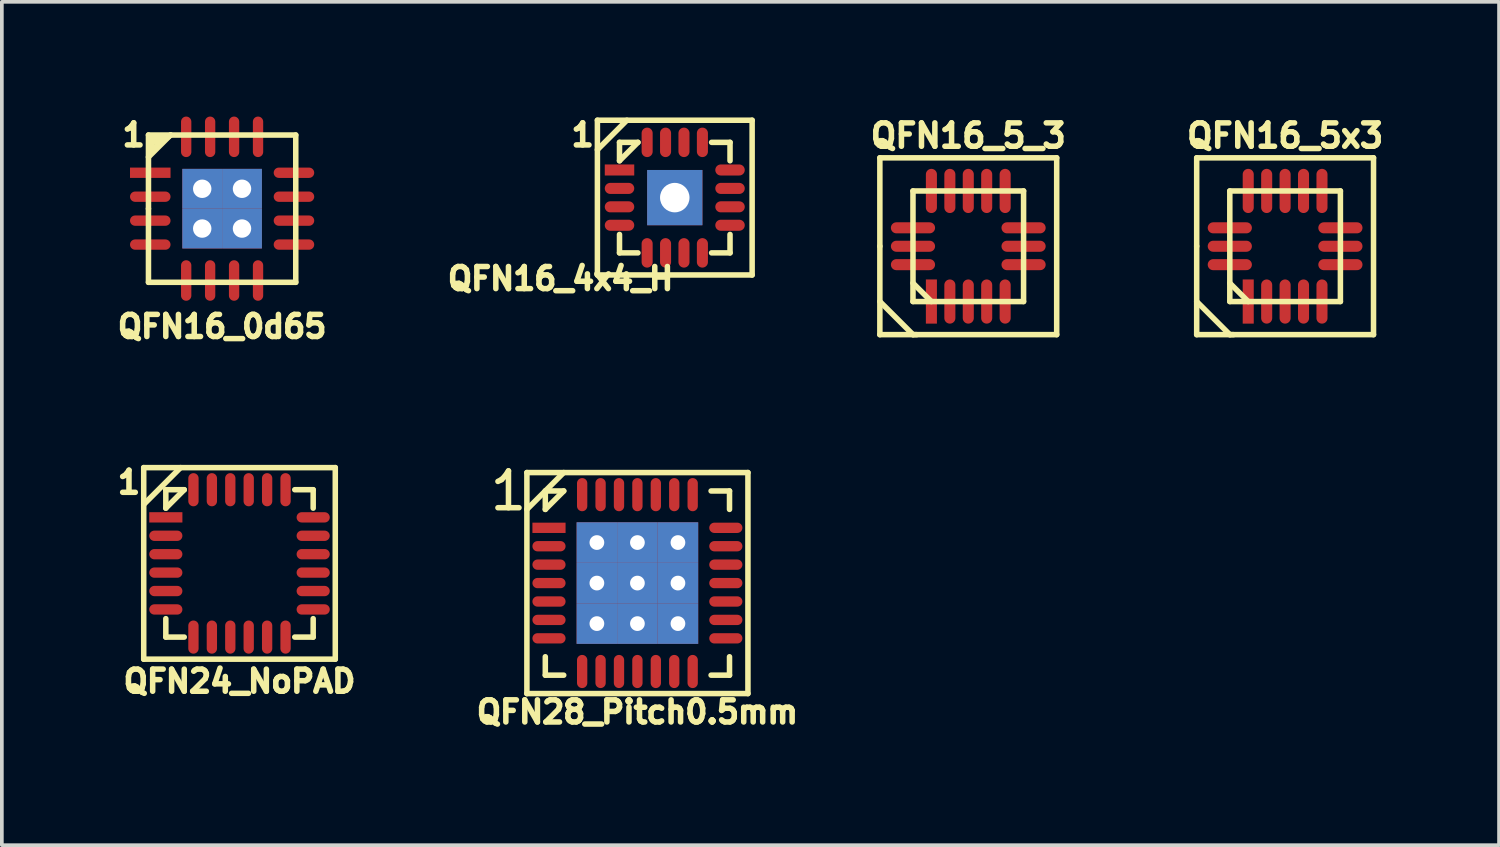
<source format=kicad_pcb>
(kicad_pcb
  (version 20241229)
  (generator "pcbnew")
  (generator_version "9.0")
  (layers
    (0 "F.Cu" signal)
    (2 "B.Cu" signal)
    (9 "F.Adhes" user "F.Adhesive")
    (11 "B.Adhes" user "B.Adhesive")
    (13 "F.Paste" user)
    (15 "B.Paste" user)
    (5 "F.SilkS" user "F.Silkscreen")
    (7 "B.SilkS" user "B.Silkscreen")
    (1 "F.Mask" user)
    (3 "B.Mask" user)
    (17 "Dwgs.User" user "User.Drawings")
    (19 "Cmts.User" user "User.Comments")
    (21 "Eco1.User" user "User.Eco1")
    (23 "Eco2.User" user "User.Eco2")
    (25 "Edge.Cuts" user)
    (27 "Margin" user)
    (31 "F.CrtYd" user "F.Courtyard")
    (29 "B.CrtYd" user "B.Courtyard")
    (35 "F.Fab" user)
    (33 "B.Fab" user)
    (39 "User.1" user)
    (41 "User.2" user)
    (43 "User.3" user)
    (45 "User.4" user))
  (footprint "QFN16_5_3"
    (layer "F.Cu")
    (at 23.233 3.634)
    (property "Reference" "QFN16_5_3" (at 0 -3 0) (layer "F.SilkS") (effects (font (size 0.635 0.635) (thickness 0.15))))
    (attr through_hole)
    (fp_line (start -2.4 -2.4) (end 2.4 -2.4) (stroke (width 0.15) (type solid)) (layer "F.SilkS"))
    (fp_line (start -2.4 0) (end -2.4 -2.4) (stroke (width 0.15) (type solid)) (layer "F.SilkS"))
    (fp_line (start -2.4 1.5) (end -1.5 2.4) (stroke (width 0.15) (type solid)) (layer "F.SilkS"))
    (fp_line (start -2.4 2.4) (end -2.4 0) (stroke (width 0.15) (type solid)) (layer "F.SilkS"))
    (fp_line (start -1.501 -1.501) (end 1.501 -1.501) (stroke (width 0.15) (type solid)) (layer "F.SilkS"))
    (fp_line (start -1.501 1.001) (end -1.001 1.501) (stroke (width 0.15) (type solid)) (layer "F.SilkS"))
    (fp_line (start -1.501 1.501) (end -1.501 -1.501) (stroke (width 0.15) (type solid)) (layer "F.SilkS"))
    (fp_line (start -1.5 2.4) (end -1.4 2.4) (stroke (width 0.15) (type solid)) (layer "F.SilkS"))
    (fp_line (start 1.501 -1.501) (end 1.501 1.501) (stroke (width 0.15) (type solid)) (layer "F.SilkS"))
    (fp_line (start 1.501 1.501) (end -1.501 1.501) (stroke (width 0.15) (type solid)) (layer "F.SilkS"))
    (fp_line (start 2.4 -2.4) (end 2.4 2.4) (stroke (width 0.15) (type solid)) (layer "F.SilkS"))
    (fp_line (start 2.4 2.4) (end -2.4 2.4) (stroke (width 0.15) (type solid)) (layer "F.SilkS"))
    (pad "1" smd rect (at -1.001 1.501 90) (size 1.199 0.3) (layers "F.Cu" "F.Mask" "F.Paste"))
    (pad "2" smd oval (at -0.5 1.501 90) (size 1.199 0.3) (layers "F.Cu" "F.Mask" "F.Paste"))
    (pad "3" smd oval (at 0 1.501 90) (size 1.199 0.3) (layers "F.Cu" "F.Mask" "F.Paste"))
    (pad "4" smd oval (at 0.5 1.501 90) (size 1.199 0.3) (layers "F.Cu" "F.Mask" "F.Paste"))
    (pad "5" smd oval (at 1.001 1.501 90) (size 1.199 0.3) (layers "F.Cu" "F.Mask" "F.Paste"))
    (pad "6" smd oval (at 1.501 0.5) (size 1.199 0.3) (layers "F.Cu" "F.Mask" "F.Paste"))
    (pad "7" smd oval (at 1.501 0) (size 1.199 0.3) (layers "F.Cu" "F.Mask" "F.Paste"))
    (pad "8" smd oval (at 1.501 -0.5) (size 1.199 0.3) (layers "F.Cu" "F.Mask" "F.Paste"))
    (pad "9" smd oval (at 1.001 -1.501 90) (size 1.199 0.3) (layers "F.Cu" "F.Mask" "F.Paste"))
    (pad "10" smd oval (at 0.5 -1.501 90) (size 1.199 0.3) (layers "F.Cu" "F.Mask" "F.Paste"))
    (pad "11" smd oval (at 0 -1.501 90) (size 1.199 0.3) (layers "F.Cu" "F.Mask" "F.Paste"))
    (pad "12" smd oval (at -0.5 -1.501 90) (size 1.199 0.3) (layers "F.Cu" "F.Mask" "F.Paste"))
    (pad "13" smd oval (at -1.001 -1.501 90) (size 1.199 0.3) (layers "F.Cu" "F.Mask" "F.Paste"))
    (pad "14" smd oval (at -1.501 -0.5) (size 1.199 0.3) (layers "F.Cu" "F.Mask" "F.Paste"))
    (pad "15" smd oval (at -1.501 0) (size 1.199 0.3) (layers "F.Cu" "F.Mask" "F.Paste"))
    (pad "16" smd oval (at -1.501 0.5) (size 1.199 0.3) (layers "F.Cu" "F.Mask" "F.Paste")))
  (footprint "QFN24_NoPAD"
    (layer "F.Cu")
    (at 3.451 12.243)
    (property "Reference" "QFN24_NoPAD" (at 0 3.2 0) (layer "F.SilkS") (effects (font (size 0.6 0.6) (thickness 0.15))))
    (attr through_hole)
    (fp_line (start -2.6 -2.6) (end 2.6 -2.6) (stroke (width 0.15) (type solid)) (layer "F.SilkS"))
    (fp_line (start -2.6 -1.6) (end -1.6 -2.6) (stroke (width 0.15) (type solid)) (layer "F.SilkS"))
    (fp_line (start -2.6 2.6) (end -2.6 -2.6) (stroke (width 0.15) (type solid)) (layer "F.SilkS"))
    (fp_line (start -2 -2) (end -1.5 -2) (stroke (width 0.15) (type solid)) (layer "F.SilkS"))
    (fp_line (start -2 -1.5) (end -2 -2) (stroke (width 0.15) (type solid)) (layer "F.SilkS"))
    (fp_line (start -2 1.5) (end -2 2) (stroke (width 0.15) (type solid)) (layer "F.SilkS"))
    (fp_line (start -2 2) (end -1.5 2) (stroke (width 0.15) (type solid)) (layer "F.SilkS"))
    (fp_line (start -1.5 -2) (end -2 -1.5) (stroke (width 0.15) (type solid)) (layer "F.SilkS"))
    (fp_line (start 1.5 -2) (end 2 -2) (stroke (width 0.15) (type solid)) (layer "F.SilkS"))
    (fp_line (start 1.5 2) (end 2 2) (stroke (width 0.15) (type solid)) (layer "F.SilkS"))
    (fp_line (start 2 -2) (end 2 -1.5) (stroke (width 0.15) (type solid)) (layer "F.SilkS"))
    (fp_line (start 2 2) (end 2 1.5) (stroke (width 0.15) (type solid)) (layer "F.SilkS"))
    (fp_line (start 2.6 -2.6) (end 2.6 2.6) (stroke (width 0.15) (type solid)) (layer "F.SilkS"))
    (fp_line (start 2.6 2.6) (end -2.6 2.6) (stroke (width 0.15) (type solid)) (layer "F.SilkS"))
    (fp_text user "1" (at -3 -2.2 0) (layer "F.SilkS") (effects (font (size 0.6 0.6) (thickness 0.15))))
    (pad "1" smd rect (at -2 -1.25) (size 0.9 0.28) (layers "F.Cu" "F.Mask" "F.Paste"))
    (pad "2" smd oval (at -2 -0.75) (size 0.9 0.28) (layers "F.Cu" "F.Mask" "F.Paste"))
    (pad "3" smd oval (at -2 -0.25) (size 0.9 0.28) (layers "F.Cu" "F.Mask" "F.Paste"))
    (pad "4" smd oval (at -2 0.25) (size 0.9 0.28) (layers "F.Cu" "F.Mask" "F.Paste"))
    (pad "5" smd oval (at -2 0.75) (size 0.9 0.28) (layers "F.Cu" "F.Mask" "F.Paste"))
    (pad "6" smd oval (at -2 1.25) (size 0.9 0.28) (layers "F.Cu" "F.Mask" "F.Paste"))
    (pad "7" smd oval (at -1.25 2 90) (size 0.9 0.28) (layers "F.Cu" "F.Mask" "F.Paste"))
    (pad "8" smd oval (at -0.75 2 90) (size 0.9 0.28) (layers "F.Cu" "F.Mask" "F.Paste"))
    (pad "9" smd oval (at -0.25 2 90) (size 0.9 0.28) (layers "F.Cu" "F.Mask" "F.Paste"))
    (pad "10" smd oval (at 0.25 2 90) (size 0.9 0.28) (layers "F.Cu" "F.Mask" "F.Paste"))
    (pad "11" smd oval (at 0.75 2 90) (size 0.9 0.28) (layers "F.Cu" "F.Mask" "F.Paste"))
    (pad "12" smd oval (at 1.25 2 90) (size 0.9 0.28) (layers "F.Cu" "F.Mask" "F.Paste"))
    (pad "13" smd oval (at 2 1.25) (size 0.9 0.28) (layers "F.Cu" "F.Mask" "F.Paste"))
    (pad "14" smd oval (at 2 0.75) (size 0.9 0.28) (layers "F.Cu" "F.Mask" "F.Paste"))
    (pad "15" smd oval (at 2 0.25) (size 0.9 0.28) (layers "F.Cu" "F.Mask" "F.Paste"))
    (pad "16" smd oval (at 2 -0.25) (size 0.9 0.28) (layers "F.Cu" "F.Mask" "F.Paste"))
    (pad "17" smd oval (at 2 -0.75) (size 0.9 0.28) (layers "F.Cu" "F.Mask" "F.Paste"))
    (pad "18" smd oval (at 2 -1.25) (size 0.9 0.28) (layers "F.Cu" "F.Mask" "F.Paste"))
    (pad "19" smd oval (at 1.25 -2 90) (size 0.9 0.28) (layers "F.Cu" "F.Mask" "F.Paste"))
    (pad "20" smd oval (at 0.75 -2 90) (size 0.9 0.28) (layers "F.Cu" "F.Mask" "F.Paste"))
    (pad "21" smd oval (at 0.25 -2 90) (size 0.9 0.28) (layers "F.Cu" "F.Mask" "F.Paste"))
    (pad "22" smd oval (at -0.25 -2 90) (size 0.9 0.28) (layers "F.Cu" "F.Mask" "F.Paste"))
    (pad "23" smd oval (at -0.75 -2 90) (size 0.9 0.28) (layers "F.Cu" "F.Mask" "F.Paste"))
    (pad "24" smd oval (at -1.25 -2 90) (size 0.9 0.28) (layers "F.Cu" "F.Mask" "F.Paste")))
  (footprint "QFN16_0d65"
    (layer "F.Cu")
    (at 2.979 2.614)
    (property "Reference" "QFN16_0d65" (at 0 3.2 0) (layer "F.SilkS") (effects (font (size 0.6 0.6) (thickness 0.15))))
    (attr through_hole)
    (fp_line (start -2 -1.4) (end -1.4 -2) (stroke (width 0.15) (type solid)) (layer "F.SilkS"))
    (fp_line (start -1.999 -1.999) (end 1.999 -1.999) (stroke (width 0.15) (type solid)) (layer "F.SilkS"))
    (fp_line (start -1.999 0) (end -1.999 -1.999) (stroke (width 0.15) (type solid)) (layer "F.SilkS"))
    (fp_line (start -1.999 1.999) (end -1.999 0) (stroke (width 0.15) (type solid)) (layer "F.SilkS"))
    (fp_line (start -1.9 -1.9) (end -1.6 -1.9) (stroke (width 0.15) (type solid)) (layer "F.SilkS"))
    (fp_line (start -1.9 -1.6) (end -1.9 -1.9) (stroke (width 0.15) (type solid)) (layer "F.SilkS"))
    (fp_line (start -1.6 -1.9) (end -1.9 -1.8) (stroke (width 0.15) (type solid)) (layer "F.SilkS"))
    (fp_line (start -1.4 -2) (end -1.9 -1.6) (stroke (width 0.15) (type solid)) (layer "F.SilkS"))
    (fp_line (start 1.999 -1.999) (end 1.999 1.999) (stroke (width 0.15) (type solid)) (layer "F.SilkS"))
    (fp_line (start 1.999 1.999) (end -1.999 1.999) (stroke (width 0.15) (type solid)) (layer "F.SilkS"))
    (fp_text user "1" (at -2.4 -2 0) (layer "F.SilkS") (effects (font (size 0.6 0.6) (thickness 0.15))))
    (pad "1" smd rect (at -1.95 -0.975) (size 1.1 0.28) (layers "F.Cu" "F.Mask" "F.Paste"))
    (pad "2" smd oval (at -1.95 -0.325) (size 1.1 0.28) (layers "F.Cu" "F.Mask" "F.Paste"))
    (pad "3" smd oval (at -1.95 0.325) (size 1.1 0.28) (layers "F.Cu" "F.Mask" "F.Paste"))
    (pad "4" smd oval (at -1.95 0.975) (size 1.1 0.28) (layers "F.Cu" "F.Mask" "F.Paste"))
    (pad "5" smd oval (at -0.975 1.95 90) (size 1.1 0.28) (layers "F.Cu" "F.Mask" "F.Paste"))
    (pad "6" smd oval (at -0.325 1.95 90) (size 1.1 0.28) (layers "F.Cu" "F.Mask" "F.Paste"))
    (pad "7" smd oval (at 0.325 1.95 90) (size 1.1 0.28) (layers "F.Cu" "F.Mask" "F.Paste"))
    (pad "8" smd oval (at 0.975 1.95 90) (size 1.1 0.28) (layers "F.Cu" "F.Mask" "F.Paste"))
    (pad "9" smd oval (at 1.95 0.975) (size 1.1 0.28) (layers "F.Cu" "F.Mask" "F.Paste"))
    (pad "10" smd oval (at 1.95 0.325) (size 1.1 0.28) (layers "F.Cu" "F.Mask" "F.Paste"))
    (pad "11" smd oval (at 1.95 -0.325) (size 1.1 0.28) (layers "F.Cu" "F.Mask" "F.Paste"))
    (pad "12" smd oval (at 1.95 -0.975) (size 1.1 0.28) (layers "F.Cu" "F.Mask" "F.Paste"))
    (pad "13" smd oval (at 0.975 -1.95 90) (size 1.1 0.28) (layers "F.Cu" "F.Mask" "F.Paste"))
    (pad "14" smd oval (at 0.325 -1.95 90) (size 1.1 0.28) (layers "F.Cu" "F.Mask" "F.Paste"))
    (pad "15" smd oval (at -0.325 -1.95 90) (size 1.1 0.28) (layers "F.Cu" "F.Mask" "F.Paste"))
    (pad "16" smd oval (at -0.975 -1.95 90) (size 1.1 0.28) (layers "F.Cu" "F.Mask" "F.Paste"))
    (pad "PAD" thru_hole rect (at -0.54 -0.54) (size 1.08 1.08) (drill 0.5) (layers "*.Cu" "*.Mask"))
    (pad "PAD" thru_hole rect (at -0.54 0.54) (size 1.08 1.08) (drill 0.5) (layers "*.Cu" "*.Mask"))
    (pad "PAD" thru_hole rect (at 0.54 -0.54) (size 1.08 1.08) (drill 0.5) (layers "*.Cu" "*.Mask"))
    (pad "PAD" thru_hole rect (at 0.54 0.54) (size 1.08 1.08) (drill 0.5) (layers "*.Cu" "*.Mask")))
  (footprint "QFN28_Pitch0.5mm"
    (layer "F.Cu")
    (at 14.252 12.777)
    (property "Reference" "QFN28_Pitch0.5mm" (at 0 3.5 0) (layer "F.SilkS") (effects (font (size 0.6 0.6) (thickness 0.15))))
    (attr through_hole)
    (fp_line (start -3 -3) (end 3 -3) (stroke (width 0.15) (type solid)) (layer "F.SilkS"))
    (fp_line (start -3 -2) (end -2 -3) (stroke (width 0.15) (type solid)) (layer "F.SilkS"))
    (fp_line (start -3 3) (end -3 -3) (stroke (width 0.15) (type solid)) (layer "F.SilkS"))
    (fp_line (start -2.5 -2.5) (end -2 -2.5) (stroke (width 0.15) (type solid)) (layer "F.SilkS"))
    (fp_line (start -2.5 -2) (end -2.5 -2.5) (stroke (width 0.15) (type solid)) (layer "F.SilkS"))
    (fp_line (start -2.5 2) (end -2.5 2.5) (stroke (width 0.15) (type solid)) (layer "F.SilkS"))
    (fp_line (start -2.5 2.5) (end -2 2.5) (stroke (width 0.15) (type solid)) (layer "F.SilkS"))
    (fp_line (start -2 -2.5) (end -2.5 -2) (stroke (width 0.15) (type solid)) (layer "F.SilkS"))
    (fp_line (start 2 -2.5) (end 2.5 -2.5) (stroke (width 0.15) (type solid)) (layer "F.SilkS"))
    (fp_line (start 2 2.5) (end 2.5 2.5) (stroke (width 0.15) (type solid)) (layer "F.SilkS"))
    (fp_line (start 2.5 -2.5) (end 2.5 -2) (stroke (width 0.15) (type solid)) (layer "F.SilkS"))
    (fp_line (start 2.5 2.5) (end 2.5 2) (stroke (width 0.15) (type solid)) (layer "F.SilkS"))
    (fp_line (start 3 -3) (end 3 3) (stroke (width 0.15) (type solid)) (layer "F.SilkS"))
    (fp_line (start 3 3) (end -3 3) (stroke (width 0.15) (type solid)) (layer "F.SilkS"))
    (fp_text user "1" (at -3.5 -2.5 0) (layer "F.SilkS") (effects (font (size 1 1) (thickness 0.15))))
    (pad "1" smd rect (at -2.4 -1.5) (size 0.9 0.28) (layers "F.Cu" "F.Mask" "F.Paste"))
    (pad "2" smd oval (at -2.4 -1) (size 0.9 0.28) (layers "F.Cu" "F.Mask" "F.Paste"))
    (pad "3" smd oval (at -2.4 -0.5) (size 0.9 0.28) (layers "F.Cu" "F.Mask" "F.Paste"))
    (pad "4" smd oval (at -2.4 0) (size 0.9 0.28) (layers "F.Cu" "F.Mask" "F.Paste"))
    (pad "5" smd oval (at -2.4 0.5) (size 0.9 0.28) (layers "F.Cu" "F.Mask" "F.Paste"))
    (pad "6" smd oval (at -2.4 1) (size 0.9 0.28) (layers "F.Cu" "F.Mask" "F.Paste"))
    (pad "7" smd oval (at -2.4 1.5) (size 0.9 0.28) (layers "F.Cu" "F.Mask" "F.Paste"))
    (pad "8" smd oval (at -1.5 2.4 90) (size 0.9 0.28) (layers "F.Cu" "F.Mask" "F.Paste"))
    (pad "9" smd oval (at -1 2.4 90) (size 0.9 0.28) (layers "F.Cu" "F.Mask" "F.Paste"))
    (pad "10" smd oval (at -0.5 2.4 90) (size 0.9 0.28) (layers "F.Cu" "F.Mask" "F.Paste"))
    (pad "11" smd oval (at 0 2.4 90) (size 0.9 0.28) (layers "F.Cu" "F.Mask" "F.Paste"))
    (pad "12" smd oval (at 0.5 2.4 90) (size 0.9 0.28) (layers "F.Cu" "F.Mask" "F.Paste"))
    (pad "13" smd oval (at 1 2.4 90) (size 0.9 0.28) (layers "F.Cu" "F.Mask" "F.Paste"))
    (pad "14" smd oval (at 1.5 2.4 90) (size 0.9 0.28) (layers "F.Cu" "F.Mask" "F.Paste"))
    (pad "15" smd oval (at 2.4 1.5) (size 0.9 0.28) (layers "F.Cu" "F.Mask" "F.Paste"))
    (pad "16" smd oval (at 2.4 1) (size 0.9 0.28) (layers "F.Cu" "F.Mask" "F.Paste"))
    (pad "17" smd oval (at 2.4 0.5) (size 0.9 0.28) (layers "F.Cu" "F.Mask" "F.Paste"))
    (pad "18" smd oval (at 2.4 0) (size 0.9 0.28) (layers "F.Cu" "F.Mask" "F.Paste"))
    (pad "19" smd oval (at 2.4 -0.5) (size 0.9 0.28) (layers "F.Cu" "F.Mask" "F.Paste"))
    (pad "20" smd oval (at 2.4 -1) (size 0.9 0.28) (layers "F.Cu" "F.Mask" "F.Paste"))
    (pad "21" smd oval (at 2.4 -1.5) (size 0.9 0.28) (layers "F.Cu" "F.Mask" "F.Paste"))
    (pad "22" smd oval (at 1.5 -2.4 90) (size 0.9 0.28) (layers "F.Cu" "F.Mask" "F.Paste"))
    (pad "23" smd oval (at 1 -2.4 90) (size 0.9 0.28) (layers "F.Cu" "F.Mask" "F.Paste"))
    (pad "24" smd oval (at 0.5 -2.4 90) (size 0.9 0.28) (layers "F.Cu" "F.Mask" "F.Paste"))
    (pad "25" smd oval (at 0 -2.4 90) (size 0.9 0.28) (layers "F.Cu" "F.Mask" "F.Paste"))
    (pad "26" smd oval (at -0.5 -2.4 90) (size 0.9 0.28) (layers "F.Cu" "F.Mask" "F.Paste"))
    (pad "27" smd oval (at -1 -2.4 90) (size 0.9 0.28) (layers "F.Cu" "F.Mask" "F.Paste"))
    (pad "28" smd oval (at -1.5 -2.4 90) (size 0.9 0.28) (layers "F.Cu" "F.Mask" "F.Paste"))
    (pad "PAD" thru_hole rect (at -1.1 -1.1) (size 1.1 1.1) (drill 0.4) (layers "*.Cu" "F.Mask" "F.Paste"))
    (pad "PAD" thru_hole rect (at -1.1 0) (size 1.1 1.1) (drill 0.4) (layers "*.Cu" "F.Mask"))
    (pad "PAD" thru_hole rect (at -1.1 1.1) (size 1.1 1.1) (drill 0.4) (layers "*.Cu" "F.Mask" "F.Paste"))
    (pad "PAD" thru_hole rect (at 0 -1.1) (size 1.1 1.1) (drill 0.4) (layers "*.Cu" "F.Mask"))
    (pad "PAD" thru_hole rect (at 0 0) (size 1.1 1.1) (drill 0.4) (layers "*.Cu" "F.Mask" "F.Paste"))
    (pad "PAD" thru_hole rect (at 0 1.1) (size 1.1 1.1) (drill 0.4) (layers "*.Cu" "F.Mask"))
    (pad "PAD" thru_hole rect (at 1.1 -1.1) (size 1.1 1.1) (drill 0.4) (layers "*.Cu" "F.Mask" "F.Paste"))
    (pad "PAD" thru_hole rect (at 1.1 0) (size 1.1 1.1) (drill 0.4) (layers "*.Cu" "F.Mask"))
    (pad "PAD" thru_hole rect (at 1.1 1.1) (size 1.1 1.1) (drill 0.4) (layers "*.Cu" "F.Mask" "F.Paste")))
  (footprint "QFN16_4x4_H"
    (layer "F.Cu")
    (at 15.266 2.314)
    (property "Reference" "QFN16_4x4_H" (at -3.1 2.2 0) (layer "F.SilkS") (effects (font (size 0.6 0.6) (thickness 0.15))))
    (attr through_hole)
    (fp_line (start -2.1 -2.1) (end 2.1 -2.1) (stroke (width 0.15) (type solid)) (layer "F.SilkS"))
    (fp_line (start -2.1 -1.3) (end -1.3 -2.1) (stroke (width 0.15) (type solid)) (layer "F.SilkS"))
    (fp_line (start -2.1 2.1) (end -2.1 -2.1) (stroke (width 0.15) (type solid)) (layer "F.SilkS"))
    (fp_line (start -1.5 -1.5) (end -1 -1.5) (stroke (width 0.15) (type solid)) (layer "F.SilkS"))
    (fp_line (start -1.5 -1) (end -1.5 -1.5) (stroke (width 0.15) (type solid)) (layer "F.SilkS"))
    (fp_line (start -1.5 1.5) (end -1.5 1) (stroke (width 0.15) (type solid)) (layer "F.SilkS"))
    (fp_line (start -1 -1.5) (end -1.5 -1) (stroke (width 0.15) (type solid)) (layer "F.SilkS"))
    (fp_line (start -1 1.5) (end -1.5 1.5) (stroke (width 0.15) (type solid)) (layer "F.SilkS"))
    (fp_line (start 1 -1.5) (end 1.5 -1.5) (stroke (width 0.15) (type solid)) (layer "F.SilkS"))
    (fp_line (start 1.5 -1.5) (end 1.5 -1) (stroke (width 0.15) (type solid)) (layer "F.SilkS"))
    (fp_line (start 1.5 1) (end 1.5 1.5) (stroke (width 0.15) (type solid)) (layer "F.SilkS"))
    (fp_line (start 1.5 1.5) (end 1 1.5) (stroke (width 0.15) (type solid)) (layer "F.SilkS"))
    (fp_line (start 2.1 -2.1) (end 2.1 2.1) (stroke (width 0.15) (type solid)) (layer "F.SilkS"))
    (fp_line (start 2.1 2.1) (end -2.1 2.1) (stroke (width 0.15) (type solid)) (layer "F.SilkS"))
    (fp_text user "1" (at -2.5 -1.7 0) (layer "F.SilkS") (effects (font (size 0.6 0.6) (thickness 0.15))))
    (pad "1" smd rect (at -1.5 -0.75) (size 0.8 0.3) (layers "F.Cu" "F.Mask"))
    (pad "2" smd oval (at -1.5 -0.25) (size 0.8 0.3) (layers "F.Cu" "F.Mask"))
    (pad "3" smd oval (at -1.5 0.25) (size 0.8 0.3) (layers "F.Cu" "F.Mask"))
    (pad "4" smd oval (at -1.5 0.75) (size 0.8 0.3) (layers "F.Cu" "F.Mask"))
    (pad "5" smd oval (at -0.75 1.5 90) (size 0.8 0.3) (layers "F.Cu" "F.Mask"))
    (pad "6" smd oval (at -0.25 1.5 90) (size 0.8 0.3) (layers "F.Cu" "F.Mask"))
    (pad "7" smd oval (at 0.25 1.5 90) (size 0.8 0.3) (layers "F.Cu" "F.Mask"))
    (pad "8" smd oval (at 0.75 1.5 90) (size 0.8 0.3) (layers "F.Cu" "F.Mask"))
    (pad "9" smd oval (at 1.5 0.75) (size 0.8 0.3) (layers "F.Cu" "F.Mask"))
    (pad "10" smd oval (at 1.5 0.25) (size 0.8 0.3) (layers "F.Cu" "F.Mask"))
    (pad "11" smd oval (at 1.5 -0.25) (size 0.8 0.3) (layers "F.Cu" "F.Mask"))
    (pad "12" smd oval (at 1.5 -0.75) (size 0.8 0.3) (layers "F.Cu" "F.Mask"))
    (pad "13" smd oval (at 0.75 -1.5 90) (size 0.8 0.3) (layers "F.Cu" "F.Mask"))
    (pad "14" smd oval (at 0.25 -1.5 90) (size 0.8 0.3) (layers "F.Cu" "F.Mask"))
    (pad "15" smd oval (at -0.25 -1.5 90) (size 0.8 0.3) (layers "F.Cu" "F.Mask"))
    (pad "16" smd oval (at -0.75 -1.5 90) (size 0.8 0.3) (layers "F.Cu" "F.Mask"))
    (pad "H" thru_hole rect (at 0 0) (size 1.5 1.5) (drill 0.8) (layers "*.Cu" "F.Mask")))
  (footprint "QFN16_5x3"
    (layer "F.Cu")
    (at 31.833 3.634)
    (property "Reference" "QFN16_5x3" (at 0 -3 0) (layer "F.SilkS") (effects (font (size 0.635 0.635) (thickness 0.15))))
    (attr through_hole)
    (fp_line (start -2.4 -2.4) (end 2.4 -2.4) (stroke (width 0.15) (type solid)) (layer "F.SilkS"))
    (fp_line (start -2.4 0) (end -2.4 -2.4) (stroke (width 0.15) (type solid)) (layer "F.SilkS"))
    (fp_line (start -2.4 1.5) (end -1.5 2.4) (stroke (width 0.15) (type solid)) (layer "F.SilkS"))
    (fp_line (start -2.4 2.4) (end -2.4 0) (stroke (width 0.15) (type solid)) (layer "F.SilkS"))
    (fp_line (start -1.501 -1.501) (end 1.501 -1.501) (stroke (width 0.15) (type solid)) (layer "F.SilkS"))
    (fp_line (start -1.501 1.001) (end -1.001 1.501) (stroke (width 0.15) (type solid)) (layer "F.SilkS"))
    (fp_line (start -1.501 1.501) (end -1.501 -1.501) (stroke (width 0.15) (type solid)) (layer "F.SilkS"))
    (fp_line (start -1.5 2.4) (end -1.4 2.4) (stroke (width 0.15) (type solid)) (layer "F.SilkS"))
    (fp_line (start 1.501 -1.501) (end 1.501 1.501) (stroke (width 0.15) (type solid)) (layer "F.SilkS"))
    (fp_line (start 1.501 1.501) (end -1.501 1.501) (stroke (width 0.15) (type solid)) (layer "F.SilkS"))
    (fp_line (start 2.4 -2.4) (end 2.4 2.4) (stroke (width 0.15) (type solid)) (layer "F.SilkS"))
    (fp_line (start 2.4 2.4) (end -2.4 2.4) (stroke (width 0.15) (type solid)) (layer "F.SilkS"))
    (pad "1" smd rect (at -1.001 1.501 90) (size 1.199 0.3) (layers "F.Cu" "F.Mask" "F.Paste"))
    (pad "2" smd oval (at -0.5 1.501 90) (size 1.199 0.3) (layers "F.Cu" "F.Mask" "F.Paste"))
    (pad "3" smd oval (at 0 1.501 90) (size 1.199 0.3) (layers "F.Cu" "F.Mask" "F.Paste"))
    (pad "4" smd oval (at 0.5 1.501 90) (size 1.199 0.3) (layers "F.Cu" "F.Mask" "F.Paste"))
    (pad "5" smd oval (at 1.001 1.501 90) (size 1.199 0.3) (layers "F.Cu" "F.Mask" "F.Paste"))
    (pad "6" smd oval (at 1.501 0.5) (size 1.199 0.3) (layers "F.Cu" "F.Mask" "F.Paste"))
    (pad "7" smd oval (at 1.501 0) (size 1.199 0.3) (layers "F.Cu" "F.Mask" "F.Paste"))
    (pad "8" smd oval (at 1.501 -0.5) (size 1.199 0.3) (layers "F.Cu" "F.Mask" "F.Paste"))
    (pad "9" smd oval (at 1.001 -1.501 90) (size 1.199 0.3) (layers "F.Cu" "F.Mask" "F.Paste"))
    (pad "10" smd oval (at 0.5 -1.501 90) (size 1.199 0.3) (layers "F.Cu" "F.Mask" "F.Paste"))
    (pad "11" smd oval (at 0 -1.501 90) (size 1.199 0.3) (layers "F.Cu" "F.Mask" "F.Paste"))
    (pad "12" smd oval (at -0.5 -1.501 90) (size 1.199 0.3) (layers "F.Cu" "F.Mask" "F.Paste"))
    (pad "13" smd oval (at -1.001 -1.501 90) (size 1.199 0.3) (layers "F.Cu" "F.Mask" "F.Paste"))
    (pad "14" smd oval (at -1.501 -0.5) (size 1.199 0.3) (layers "F.Cu" "F.Mask" "F.Paste"))
    (pad "15" smd oval (at -1.501 0) (size 1.199 0.3) (layers "F.Cu" "F.Mask" "F.Paste"))
    (pad "16" smd oval (at -1.501 0.5) (size 1.199 0.3) (layers "F.Cu" "F.Mask" "F.Paste")))
  (gr_rect
    (start -3 -3)
    (end 37.64 19.891)
    (stroke (width 0.1) (type default))
    (fill no)
    (layer "Edge.Cuts")))
</source>
